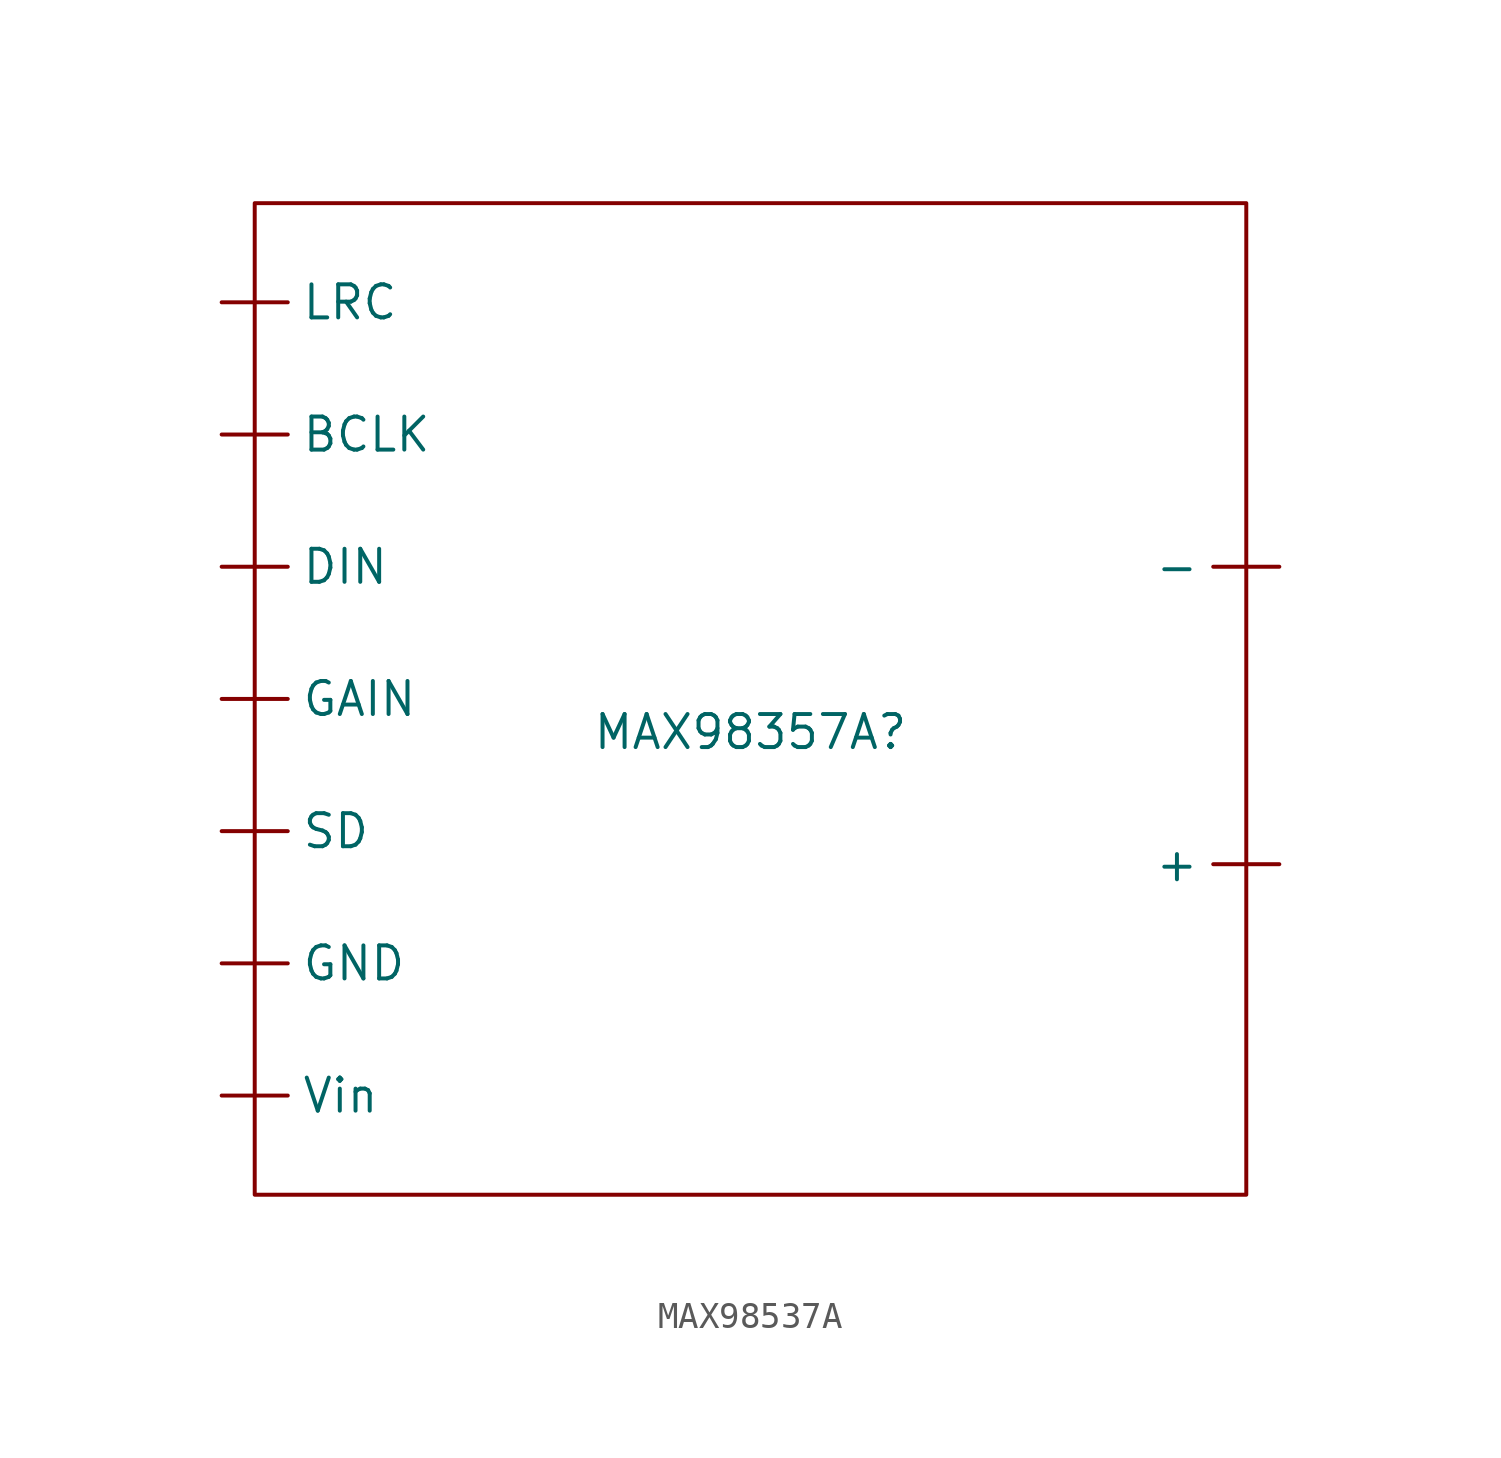
<source format=kicad_sym>
(kicad_symbol_lib
  (version 20241209)
  (generator "kicad_symbol_editor")
  (generator_version "9.0")
  (symbol "MAX98537A"
    (property "Reference" "MAX98357A"
      (at 0 0 0)
      (effects (font (size 1.27 1.27))))
    (property "Value" ""
      (at 0 0 0)
      (effects (font (size 1.27 1.27))))
    (symbol "MAX98537A_0_1"
      (rectangle (start -19.05 20.32) (end 19.05 -17.78) (stroke (width 0) (type default)) (fill (type none))))
    (symbol "MAX98537A_1_1"
      (pin input line (at -20.32 16.51 0) (length 2.54) (name "LRC" (effects (font (size 1.27 1.27)))) (number "" (effects (font (size 1.27 1.27)))))
      (pin input line (at -20.32 11.43 0) (length 2.54) (name "BCLK" (effects (font (size 1.27 1.27)))) (number "" (effects (font (size 1.27 1.27)))))
      (pin input line (at -20.32 6.35 0) (length 2.54) (name "DIN" (effects (font (size 1.27 1.27)))) (number "" (effects (font (size 1.27 1.27)))))
      (pin input line (at -20.32 1.27 0) (length 2.54) (name "GAIN" (effects (font (size 1.27 1.27)))) (number "" (effects (font (size 1.27 1.27)))))
      (pin input line (at -20.32 -3.81 0) (length 2.54) (name "SD" (effects (font (size 1.27 1.27)))) (number "" (effects (font (size 1.27 1.27)))))
      (pin input line (at -20.32 -8.89 0) (length 2.54) (name "GND" (effects (font (size 1.27 1.27)))) (number "" (effects (font (size 1.27 1.27)))))
      (pin input line (at -20.32 -13.97 0) (length 2.54) (name "Vin" (effects (font (size 1.27 1.27)))) (number "" (effects (font (size 1.27 1.27)))))
      (pin output line (at 20.32 6.35 180) (length 2.54) (name "-" (effects (font (size 1.27 1.27)))) (number "" (effects (font (size 1.27 1.27)))))
      (pin output line (at 20.32 -5.08 180) (length 2.54) (name "+" (effects (font (size 1.27 1.27)))) (number "" (effects (font (size 1.27 1.27))))))))
</source>
